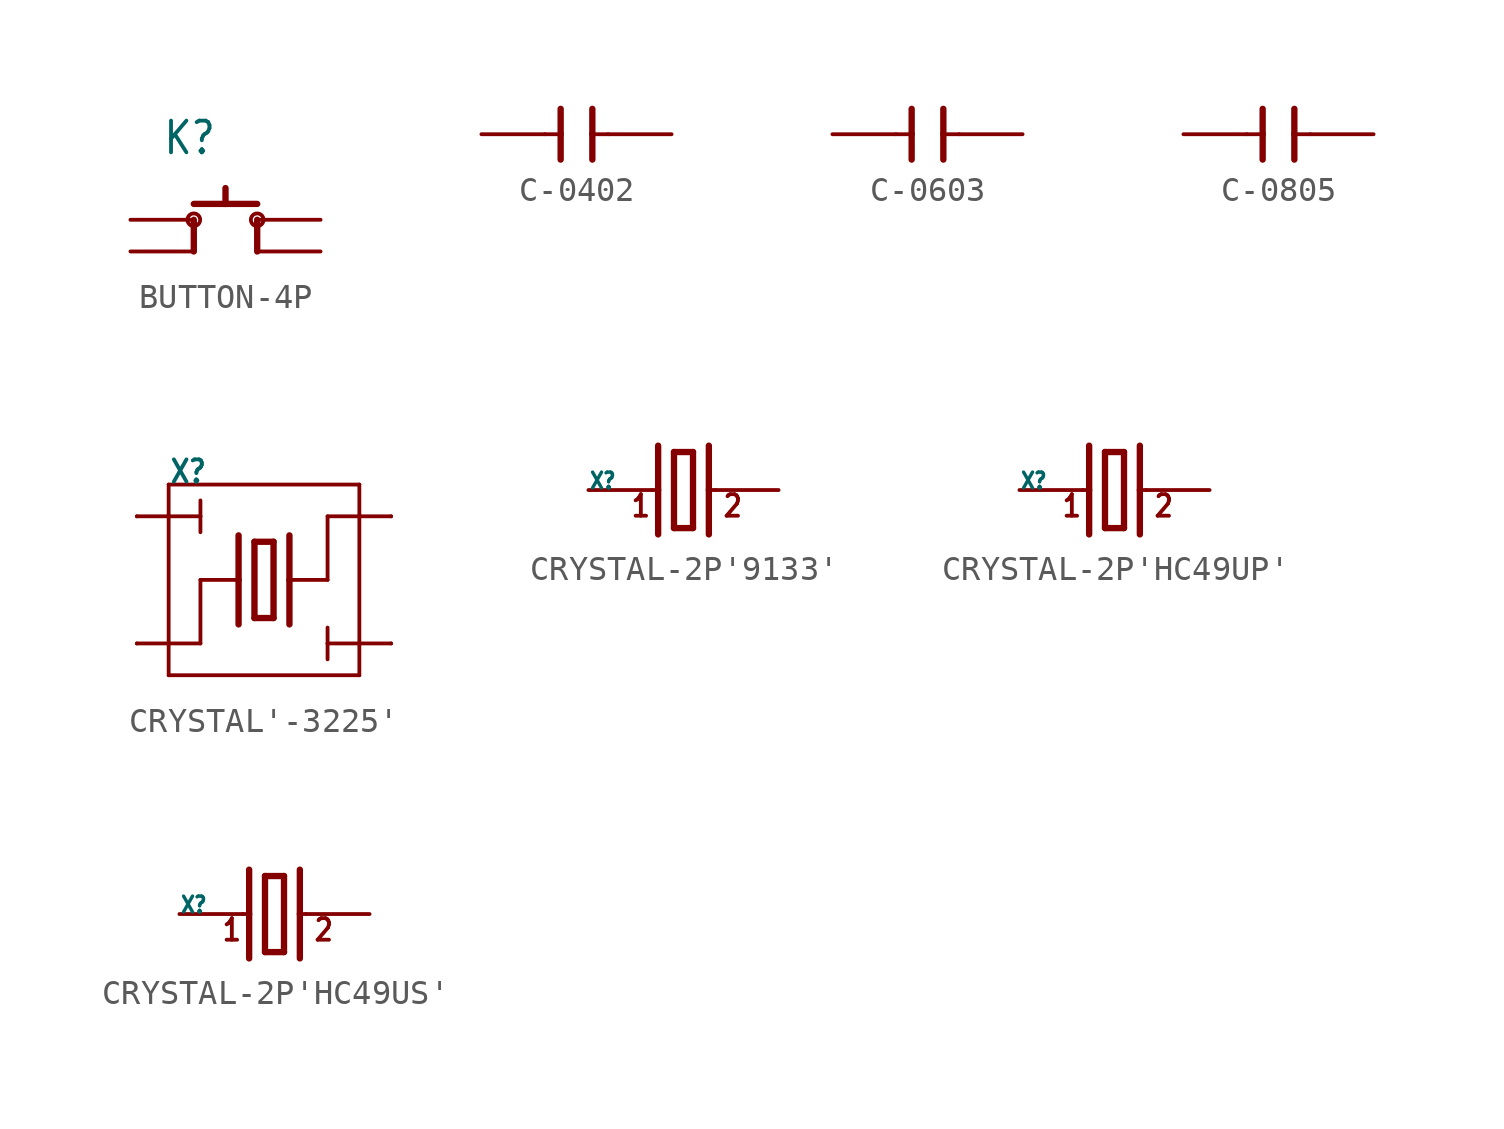
<source format=kicad_sym>
(kicad_symbol_lib
  (version 20241209)
  (generator "kicad_symbol_editor")
  (generator_version "9.0")
  (symbol "BUTTON-4P"
    (property "Reference" "K"
      (at -2.54 2.54 0)
      (effects (font (size 1.27 1.079)) (justify left bottom)))
    (property "Value" ""
      (at -2.54 1.27 0)
      (effects (font (size 1.27 1.079)) (justify left bottom)))
    (property "ki_locked" ""
      (at 0 0 0)
      (effects (font (size 1.27 1.27))))
    (symbol "BUTTON-4P_1_0"
      (polyline (pts (xy -1.27 0.635) (xy 0 0.635)) (stroke (width 0.254) (type solid)) (fill (type none)))
      (circle (center -1.27 0) (radius 0.254) (stroke (width 0) (type solid)) (fill (type none)))
      (polyline (pts (xy -1.27 -1.27) (xy -1.27 0)) (stroke (width 0.254) (type solid)) (fill (type none)))
      (polyline (pts (xy 0 0.635) (xy 0 1.27)) (stroke (width 0.254) (type solid)) (fill (type none)))
      (polyline (pts (xy 0 0.635) (xy 1.27 0.635)) (stroke (width 0.254) (type solid)) (fill (type none)))
      (polyline (pts (xy 1.27 0) (xy 1.27 -1.27)) (stroke (width 0.254) (type solid)) (fill (type none)))
      (circle (center 1.27 0) (radius 0.254) (stroke (width 0) (type solid)) (fill (type none)))
      (pin bidirectional line (at -3.81 0 0) (length 2.54) (name "A0" (effects (font (size 0 0)))) (number "1" (effects (font (size 0 0)))))
      (pin bidirectional line (at -3.81 -1.27 0) (length 2.54) (name "A1" (effects (font (size 0 0)))) (number "3" (effects (font (size 0 0)))))
      (pin bidirectional line (at 3.81 0 180) (length 2.54) (name "B0" (effects (font (size 0 0)))) (number "2" (effects (font (size 0 0)))))
      (pin bidirectional line (at 3.81 -1.27 180) (length 2.54) (name "B1" (effects (font (size 0 0)))) (number "4" (effects (font (size 0 0)))))))
  (symbol "C-0402"
    (property "Reference" "C"
      (at -2.54 0 0)
      (effects (font (size 0.635 0.54)) (justify left bottom) (hide yes)))
    (property "ki_locked" ""
      (at 0 0 0)
      (effects (font (size 1.27 1.27))))
    (symbol "C-0402_1_0"
      (polyline (pts (xy -1.27 0) (xy -0.635 0)) (stroke (width 0.152) (type solid)) (fill (type none)))
      (polyline (pts (xy -0.635 0) (xy -0.635 1.016)) (stroke (width 0.254) (type solid)) (fill (type none)))
      (polyline (pts (xy -0.635 -1.016) (xy -0.635 0)) (stroke (width 0.254) (type solid)) (fill (type none)))
      (polyline (pts (xy 0.635 1.016) (xy 0.635 0)) (stroke (width 0.254) (type solid)) (fill (type none)))
      (polyline (pts (xy 0.635 0) (xy 0.635 -1.016)) (stroke (width 0.254) (type solid)) (fill (type none)))
      (polyline (pts (xy 0.635 0) (xy 1.27 0)) (stroke (width 0.152) (type solid)) (fill (type none)))
      (pin passive line (at -3.81 0 0) (length 2.54) (name "1" (effects (font (size 0 0)))) (number "1" (effects (font (size 0 0)))))
      (pin passive line (at 3.81 0 180) (length 2.54) (name "2" (effects (font (size 0 0)))) (number "2" (effects (font (size 0 0)))))))
  (symbol "C-0603"
    (property "Reference" "C"
      (at -2.54 0 0)
      (effects (font (size 0.635 0.54)) (justify left bottom) (hide yes)))
    (property "ki_locked" ""
      (at 0 0 0)
      (effects (font (size 1.27 1.27))))
    (symbol "C-0603_1_0"
      (polyline (pts (xy -1.27 0) (xy -0.635 0)) (stroke (width 0.152) (type solid)) (fill (type none)))
      (polyline (pts (xy -0.635 0) (xy -0.635 1.016)) (stroke (width 0.254) (type solid)) (fill (type none)))
      (polyline (pts (xy -0.635 -1.016) (xy -0.635 0)) (stroke (width 0.254) (type solid)) (fill (type none)))
      (polyline (pts (xy 0.635 1.016) (xy 0.635 0)) (stroke (width 0.254) (type solid)) (fill (type none)))
      (polyline (pts (xy 0.635 0) (xy 0.635 -1.016)) (stroke (width 0.254) (type solid)) (fill (type none)))
      (polyline (pts (xy 0.635 0) (xy 1.27 0)) (stroke (width 0.152) (type solid)) (fill (type none)))
      (pin passive line (at -3.81 0 0) (length 2.54) (name "1" (effects (font (size 0 0)))) (number "1" (effects (font (size 0 0)))))
      (pin passive line (at 3.81 0 180) (length 2.54) (name "2" (effects (font (size 0 0)))) (number "2" (effects (font (size 0 0)))))))
  (symbol "C-0805"
    (property "Reference" "C"
      (at -2.54 0 0)
      (effects (font (size 0.635 0.54)) (justify left bottom) (hide yes)))
    (property "ki_locked" ""
      (at 0 0 0)
      (effects (font (size 1.27 1.27))))
    (symbol "C-0805_1_0"
      (polyline (pts (xy -1.27 0) (xy -0.635 0)) (stroke (width 0.152) (type solid)) (fill (type none)))
      (polyline (pts (xy -0.635 0) (xy -0.635 1.016)) (stroke (width 0.254) (type solid)) (fill (type none)))
      (polyline (pts (xy -0.635 -1.016) (xy -0.635 0)) (stroke (width 0.254) (type solid)) (fill (type none)))
      (polyline (pts (xy 0.635 1.016) (xy 0.635 0)) (stroke (width 0.254) (type solid)) (fill (type none)))
      (polyline (pts (xy 0.635 0) (xy 0.635 -1.016)) (stroke (width 0.254) (type solid)) (fill (type none)))
      (polyline (pts (xy 0.635 0) (xy 1.27 0)) (stroke (width 0.152) (type solid)) (fill (type none)))
      (pin passive line (at -3.81 0 0) (length 2.54) (name "1" (effects (font (size 0 0)))) (number "1" (effects (font (size 0 0)))))
      (pin passive line (at 3.81 0 180) (length 2.54) (name "2" (effects (font (size 0 0)))) (number "2" (effects (font (size 0 0)))))))
  (symbol "CRYSTAL'-3225'"
    (property "Reference" "X"
      (at -3.81 3.81 0)
      (effects (font (size 0.889 0.756)) (justify left bottom)))
    (property "Value" ""
      (at 0 3.81 0)
      (effects (font (size 0.889 0.756)) (justify left bottom)))
    (property "ki_locked" ""
      (at 0 0 0)
      (effects (font (size 1.27 1.27))))
    (symbol "CRYSTAL'-3225'_1_0"
      (polyline (pts (xy -3.81 3.81) (xy 3.81 3.81)) (stroke (width 0.152) (type solid)) (fill (type none)))
      (polyline (pts (xy -3.81 2.54) (xy -5.08 2.54)) (stroke (width 0.152) (type solid)) (fill (type none)))
      (polyline (pts (xy -3.81 2.54) (xy -3.81 3.81)) (stroke (width 0.152) (type solid)) (fill (type none)))
      (polyline (pts (xy -3.81 2.54) (xy -2.54 2.54)) (stroke (width 0.152) (type solid)) (fill (type none)))
      (polyline (pts (xy -3.81 -2.54) (xy -5.08 -2.54)) (stroke (width 0.152) (type solid)) (fill (type none)))
      (polyline (pts (xy -3.81 -2.54) (xy -3.81 2.54)) (stroke (width 0.152) (type solid)) (fill (type none)))
      (polyline (pts (xy -3.81 -3.81) (xy -3.81 -2.54)) (stroke (width 0.152) (type solid)) (fill (type none)))
      (polyline (pts (xy -2.54 2.54) (xy -2.54 3.175)) (stroke (width 0.152) (type solid)) (fill (type none)))
      (polyline (pts (xy -2.54 2.54) (xy -2.54 1.905)) (stroke (width 0.152) (type solid)) (fill (type none)))
      (polyline (pts (xy -2.54 0) (xy -1.016 0)) (stroke (width 0.152) (type solid)) (fill (type none)))
      (polyline (pts (xy -2.54 -2.54) (xy -3.81 -2.54)) (stroke (width 0.152) (type solid)) (fill (type none)))
      (polyline (pts (xy -2.54 -2.54) (xy -2.54 0)) (stroke (width 0.152) (type solid)) (fill (type none)))
      (polyline (pts (xy -1.016 1.778) (xy -1.016 0)) (stroke (width 0.254) (type solid)) (fill (type none)))
      (polyline (pts (xy -1.016 0) (xy -1.016 -1.778)) (stroke (width 0.254) (type solid)) (fill (type none)))
      (polyline (pts (xy -0.381 1.524) (xy -0.381 -1.524)) (stroke (width 0.254) (type solid)) (fill (type none)))
      (polyline (pts (xy -0.381 -1.524) (xy 0.381 -1.524)) (stroke (width 0.254) (type solid)) (fill (type none)))
      (polyline (pts (xy 0.381 1.524) (xy -0.381 1.524)) (stroke (width 0.254) (type solid)) (fill (type none)))
      (polyline (pts (xy 0.381 -1.524) (xy 0.381 1.524)) (stroke (width 0.254) (type solid)) (fill (type none)))
      (polyline (pts (xy 1.016 1.778) (xy 1.016 0)) (stroke (width 0.254) (type solid)) (fill (type none)))
      (polyline (pts (xy 1.016 0) (xy 1.016 -1.778)) (stroke (width 0.254) (type solid)) (fill (type none)))
      (polyline (pts (xy 1.016 0) (xy 2.54 0)) (stroke (width 0.152) (type solid)) (fill (type none)))
      (polyline (pts (xy 2.54 2.54) (xy 3.81 2.54)) (stroke (width 0.152) (type solid)) (fill (type none)))
      (polyline (pts (xy 2.54 0) (xy 2.54 2.54)) (stroke (width 0.152) (type solid)) (fill (type none)))
      (polyline (pts (xy 2.54 -2.54) (xy 2.54 -1.905)) (stroke (width 0.152) (type solid)) (fill (type none)))
      (polyline (pts (xy 2.54 -2.54) (xy 2.54 -3.175)) (stroke (width 0.152) (type solid)) (fill (type none)))
      (polyline (pts (xy 3.81 3.81) (xy 3.81 2.54)) (stroke (width 0.152) (type solid)) (fill (type none)))
      (polyline (pts (xy 3.81 2.54) (xy 3.81 -2.54)) (stroke (width 0.152) (type solid)) (fill (type none)))
      (polyline (pts (xy 3.81 2.54) (xy 5.08 2.54)) (stroke (width 0.152) (type solid)) (fill (type none)))
      (polyline (pts (xy 3.81 -2.54) (xy 2.54 -2.54)) (stroke (width 0.152) (type solid)) (fill (type none)))
      (polyline (pts (xy 3.81 -2.54) (xy 3.81 -3.81)) (stroke (width 0.152) (type solid)) (fill (type none)))
      (polyline (pts (xy 3.81 -2.54) (xy 5.08 -2.54)) (stroke (width 0.152) (type solid)) (fill (type none)))
      (polyline (pts (xy 3.81 -3.81) (xy -3.81 -3.81)) (stroke (width 0.152) (type solid)) (fill (type none)))
      (pin bidirectional line (at -5.08 2.54 0) (length 0) (name "1" (effects (font (size 0 0)))) (number "1" (effects (font (size 0 0)))))
      (pin passive line (at -5.08 -2.54 0) (length 0) (name "2" (effects (font (size 0 0)))) (number "2" (effects (font (size 0 0)))))
      (pin passive line (at 5.08 2.54 180) (length 0) (name "4" (effects (font (size 0 0)))) (number "4" (effects (font (size 0 0)))))
      (pin bidirectional line (at 5.08 -2.54 180) (length 0) (name "3" (effects (font (size 0 0)))) (number "3" (effects (font (size 0 0)))))))
  (symbol "CRYSTAL-2P'9133'"
    (property "Reference" "X"
      (at -3.81 0 0)
      (effects (font (size 0.635 0.54)) (justify left bottom)))
    (property "Value" ""
      (at 0 0 0)
      (effects (font (size 0.635 0.54)) (justify left bottom)))
    (property "ki_locked" ""
      (at 0 0 0)
      (effects (font (size 1.27 1.27))))
    (symbol "CRYSTAL-2P'9133'_1_0"
      (polyline (pts (xy -1.27 0) (xy -1.016 0)) (stroke (width 0.152) (type solid)) (fill (type none)))
      (polyline (pts (xy -1.016 1.778) (xy -1.016 0)) (stroke (width 0.254) (type solid)) (fill (type none)))
      (polyline (pts (xy -1.016 0) (xy -1.016 -1.778)) (stroke (width 0.254) (type solid)) (fill (type none)))
      (polyline (pts (xy -0.381 1.524) (xy -0.381 -1.524)) (stroke (width 0.254) (type solid)) (fill (type none)))
      (polyline (pts (xy -0.381 -1.524) (xy 0.381 -1.524)) (stroke (width 0.254) (type solid)) (fill (type none)))
      (polyline (pts (xy 0.381 1.524) (xy -0.381 1.524)) (stroke (width 0.254) (type solid)) (fill (type none)))
      (polyline (pts (xy 0.381 -1.524) (xy 0.381 1.524)) (stroke (width 0.254) (type solid)) (fill (type none)))
      (polyline (pts (xy 1.016 1.778) (xy 1.016 0)) (stroke (width 0.254) (type solid)) (fill (type none)))
      (polyline (pts (xy 1.016 0) (xy 1.016 -1.778)) (stroke (width 0.254) (type solid)) (fill (type none)))
      (polyline (pts (xy 1.016 0) (xy 1.27 0)) (stroke (width 0.152) (type solid)) (fill (type none)))
      (text "1" (at -2.159 -1.143 0) (effects (font (size 0.864 0.734)) (justify left bottom)))
      (text "2" (at 1.524 -1.143 0) (effects (font (size 0.864 0.734)) (justify left bottom)))
      (pin passive line (at -3.81 0 0) (length 2.54) (name "1" (effects (font (size 0 0)))) (number "1" (effects (font (size 0 0)))))
      (pin passive line (at 3.81 0 180) (length 2.54) (name "2" (effects (font (size 0 0)))) (number "2" (effects (font (size 0 0)))))))
  (symbol "CRYSTAL-2P'HC49UP'"
    (property "Reference" "X"
      (at -3.81 0 0)
      (effects (font (size 0.635 0.54)) (justify left bottom)))
    (property "Value" ""
      (at 0 0 0)
      (effects (font (size 0.635 0.54)) (justify left bottom)))
    (property "ki_locked" ""
      (at 0 0 0)
      (effects (font (size 1.27 1.27))))
    (symbol "CRYSTAL-2P'HC49UP'_1_0"
      (polyline (pts (xy -1.27 0) (xy -1.016 0)) (stroke (width 0.152) (type solid)) (fill (type none)))
      (polyline (pts (xy -1.016 1.778) (xy -1.016 0)) (stroke (width 0.254) (type solid)) (fill (type none)))
      (polyline (pts (xy -1.016 0) (xy -1.016 -1.778)) (stroke (width 0.254) (type solid)) (fill (type none)))
      (polyline (pts (xy -0.381 1.524) (xy -0.381 -1.524)) (stroke (width 0.254) (type solid)) (fill (type none)))
      (polyline (pts (xy -0.381 -1.524) (xy 0.381 -1.524)) (stroke (width 0.254) (type solid)) (fill (type none)))
      (polyline (pts (xy 0.381 1.524) (xy -0.381 1.524)) (stroke (width 0.254) (type solid)) (fill (type none)))
      (polyline (pts (xy 0.381 -1.524) (xy 0.381 1.524)) (stroke (width 0.254) (type solid)) (fill (type none)))
      (polyline (pts (xy 1.016 1.778) (xy 1.016 0)) (stroke (width 0.254) (type solid)) (fill (type none)))
      (polyline (pts (xy 1.016 0) (xy 1.016 -1.778)) (stroke (width 0.254) (type solid)) (fill (type none)))
      (polyline (pts (xy 1.016 0) (xy 1.27 0)) (stroke (width 0.152) (type solid)) (fill (type none)))
      (text "1" (at -2.159 -1.143 0) (effects (font (size 0.864 0.734)) (justify left bottom)))
      (text "2" (at 1.524 -1.143 0) (effects (font (size 0.864 0.734)) (justify left bottom)))
      (pin passive line (at -3.81 0 0) (length 2.54) (name "1" (effects (font (size 0 0)))) (number "1" (effects (font (size 0 0)))))
      (pin passive line (at 3.81 0 180) (length 2.54) (name "2" (effects (font (size 0 0)))) (number "2" (effects (font (size 0 0)))))))
  (symbol "CRYSTAL-2P'HC49US'"
    (property "Reference" "X"
      (at -3.81 0 0)
      (effects (font (size 0.635 0.54)) (justify left bottom)))
    (property "Value" ""
      (at 0 0 0)
      (effects (font (size 0.635 0.54)) (justify left bottom)))
    (property "ki_locked" ""
      (at 0 0 0)
      (effects (font (size 1.27 1.27))))
    (symbol "CRYSTAL-2P'HC49US'_1_0"
      (polyline (pts (xy -1.27 0) (xy -1.016 0)) (stroke (width 0.152) (type solid)) (fill (type none)))
      (polyline (pts (xy -1.016 1.778) (xy -1.016 0)) (stroke (width 0.254) (type solid)) (fill (type none)))
      (polyline (pts (xy -1.016 0) (xy -1.016 -1.778)) (stroke (width 0.254) (type solid)) (fill (type none)))
      (polyline (pts (xy -0.381 1.524) (xy -0.381 -1.524)) (stroke (width 0.254) (type solid)) (fill (type none)))
      (polyline (pts (xy -0.381 -1.524) (xy 0.381 -1.524)) (stroke (width 0.254) (type solid)) (fill (type none)))
      (polyline (pts (xy 0.381 1.524) (xy -0.381 1.524)) (stroke (width 0.254) (type solid)) (fill (type none)))
      (polyline (pts (xy 0.381 -1.524) (xy 0.381 1.524)) (stroke (width 0.254) (type solid)) (fill (type none)))
      (polyline (pts (xy 1.016 1.778) (xy 1.016 0)) (stroke (width 0.254) (type solid)) (fill (type none)))
      (polyline (pts (xy 1.016 0) (xy 1.016 -1.778)) (stroke (width 0.254) (type solid)) (fill (type none)))
      (polyline (pts (xy 1.016 0) (xy 1.27 0)) (stroke (width 0.152) (type solid)) (fill (type none)))
      (text "1" (at -2.159 -1.143 0) (effects (font (size 0.864 0.734)) (justify left bottom)))
      (text "2" (at 1.524 -1.143 0) (effects (font (size 0.864 0.734)) (justify left bottom)))
      (pin passive line (at -3.81 0 0) (length 2.54) (name "1" (effects (font (size 0 0)))) (number "1" (effects (font (size 0 0)))))
      (pin passive line (at 3.81 0 180) (length 2.54) (name "2" (effects (font (size 0 0)))) (number "2" (effects (font (size 0 0))))))))
</source>
